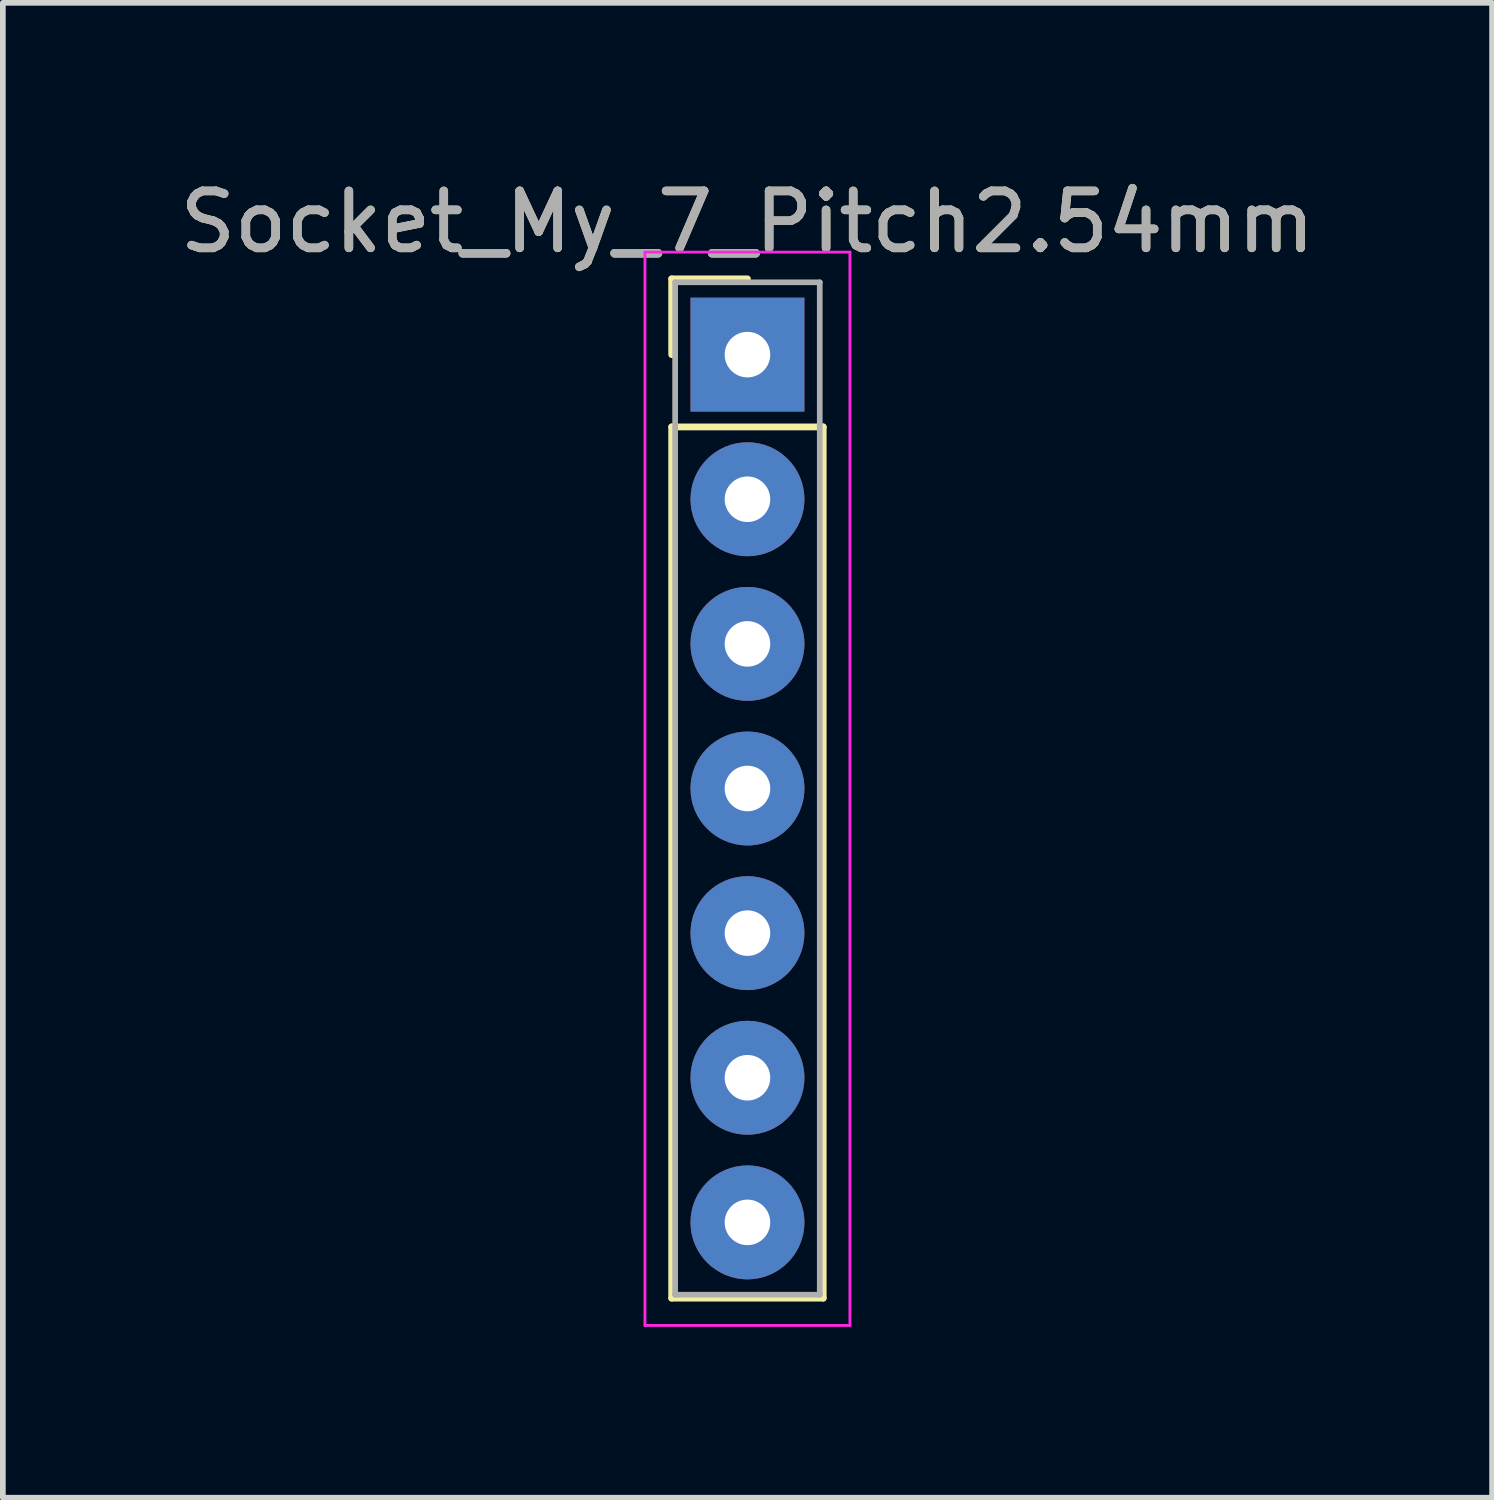
<source format=kicad_pcb>
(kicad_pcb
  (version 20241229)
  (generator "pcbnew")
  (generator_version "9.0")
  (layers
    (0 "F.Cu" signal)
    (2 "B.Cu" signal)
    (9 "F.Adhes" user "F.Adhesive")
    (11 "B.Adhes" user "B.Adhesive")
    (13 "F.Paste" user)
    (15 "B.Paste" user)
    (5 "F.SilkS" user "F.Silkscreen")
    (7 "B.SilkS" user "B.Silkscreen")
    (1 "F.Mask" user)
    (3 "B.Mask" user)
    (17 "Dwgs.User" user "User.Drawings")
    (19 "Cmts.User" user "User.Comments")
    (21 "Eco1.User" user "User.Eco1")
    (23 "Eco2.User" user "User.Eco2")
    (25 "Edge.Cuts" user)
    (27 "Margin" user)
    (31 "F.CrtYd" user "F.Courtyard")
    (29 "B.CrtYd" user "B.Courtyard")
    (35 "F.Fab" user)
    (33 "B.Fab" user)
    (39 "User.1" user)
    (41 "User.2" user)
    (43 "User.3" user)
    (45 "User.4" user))
  (footprint "Socket_My_7_Pitch2.54mm"
    (layer "F.Cu")
    (at 10.077 3.178)
    (property "Reference" "Socket_My_7_Pitch2.54mm" (at 0 -2.33 0) (layer "F.SilkS") (effects (font (size 1 1) (thickness 0.15))))
    (attr through_hole)
    (fp_line (start -1.33 -1.33) (end 0 -1.33) (stroke (width 0.12) (type solid)) (layer "F.SilkS"))
    (fp_line (start -1.33 0) (end -1.33 -1.33) (stroke (width 0.12) (type solid)) (layer "F.SilkS"))
    (fp_line (start -1.33 1.27) (end -1.33 16.57) (stroke (width 0.12) (type solid)) (layer "F.SilkS"))
    (fp_line (start -1.33 16.57) (end 1.33 16.57) (stroke (width 0.12) (type solid)) (layer "F.SilkS"))
    (fp_line (start 1.33 1.27) (end -1.33 1.27) (stroke (width 0.12) (type solid)) (layer "F.SilkS"))
    (fp_line (start 1.33 16.57) (end 1.33 1.27) (stroke (width 0.12) (type solid)) (layer "F.SilkS"))
    (fp_line (start -1.8 -1.8) (end -1.8 17.05) (stroke (width 0.05) (type solid)) (layer "F.CrtYd"))
    (fp_line (start -1.8 17.05) (end 1.8 17.05) (stroke (width 0.05) (type solid)) (layer "F.CrtYd"))
    (fp_line (start 1.8 -1.8) (end -1.8 -1.8) (stroke (width 0.05) (type solid)) (layer "F.CrtYd"))
    (fp_line (start 1.8 17.05) (end 1.8 -1.8) (stroke (width 0.05) (type solid)) (layer "F.CrtYd"))
    (fp_line (start -1.27 -1.27) (end -1.27 16.51) (stroke (width 0.1) (type solid)) (layer "F.Fab"))
    (fp_line (start -1.27 16.51) (end 1.27 16.51) (stroke (width 0.1) (type solid)) (layer "F.Fab"))
    (fp_line (start 1.27 -1.27) (end -1.27 -1.27) (stroke (width 0.1) (type solid)) (layer "F.Fab"))
    (fp_line (start 1.27 16.51) (end 1.27 -1.27) (stroke (width 0.1) (type solid)) (layer "F.Fab"))
    (fp_text user "${REFERENCE}" (at 0 -2.33 0) (layer "F.Fab") (effects (font (size 1 1) (thickness 0.15))))
    (pad "1" thru_hole rect (at 0 0) (size 2 2) (drill 0.8) (layers "*.Cu" "*.Mask"))
    (pad "2" thru_hole circle (at 0 2.54) (size 2 2) (drill 0.8) (layers "*.Cu" "*.Mask"))
    (pad "3" thru_hole circle (at 0 5.08) (size 2 2) (drill 0.8) (layers "*.Cu" "*.Mask"))
    (pad "4" thru_hole circle (at 0 7.62) (size 2 2) (drill 0.8) (layers "*.Cu" "*.Mask"))
    (pad "5" thru_hole circle (at 0 10.16) (size 2 2) (drill 0.8) (layers "*.Cu" "*.Mask"))
    (pad "6" thru_hole circle (at 0 12.7) (size 2 2) (drill 0.8) (layers "*.Cu" "*.Mask"))
    (pad "7" thru_hole circle (at 0 15.24) (size 2 2) (drill 0.8) (layers "*.Cu" "*.Mask")))
  (gr_rect
    (start -3 -3)
    (end 23.155 23.253)
    (stroke (width 0.1) (type default))
    (fill no)
    (layer "Edge.Cuts")))
</source>
